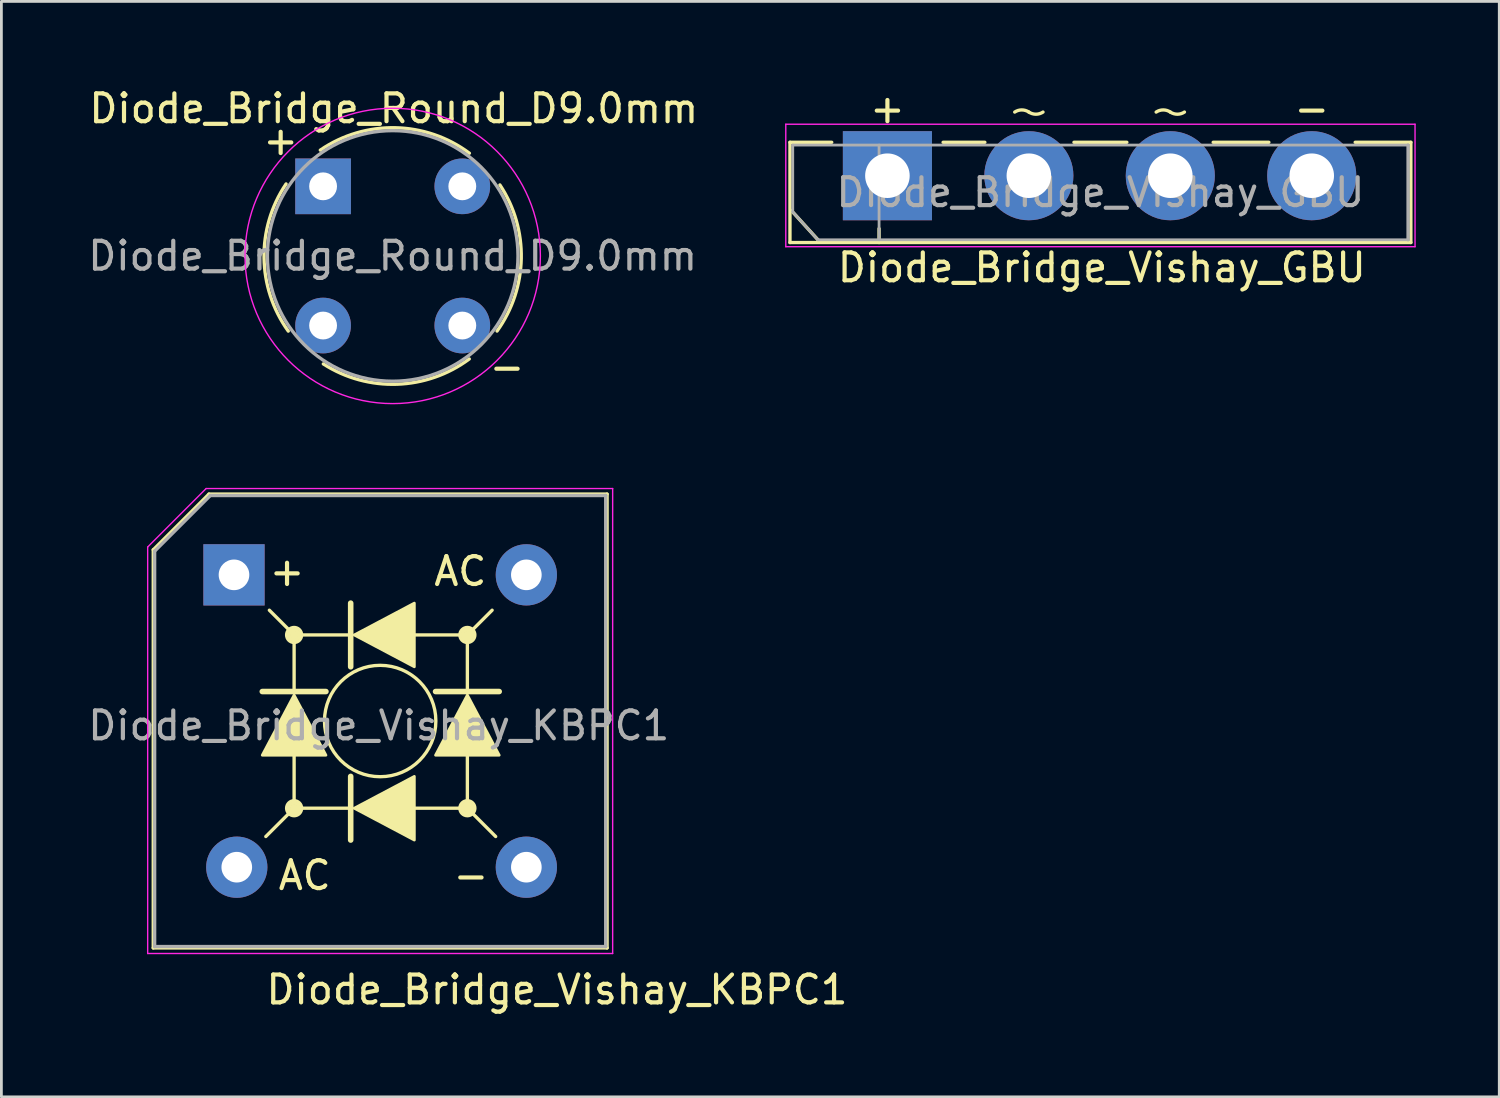
<source format=kicad_pcb>
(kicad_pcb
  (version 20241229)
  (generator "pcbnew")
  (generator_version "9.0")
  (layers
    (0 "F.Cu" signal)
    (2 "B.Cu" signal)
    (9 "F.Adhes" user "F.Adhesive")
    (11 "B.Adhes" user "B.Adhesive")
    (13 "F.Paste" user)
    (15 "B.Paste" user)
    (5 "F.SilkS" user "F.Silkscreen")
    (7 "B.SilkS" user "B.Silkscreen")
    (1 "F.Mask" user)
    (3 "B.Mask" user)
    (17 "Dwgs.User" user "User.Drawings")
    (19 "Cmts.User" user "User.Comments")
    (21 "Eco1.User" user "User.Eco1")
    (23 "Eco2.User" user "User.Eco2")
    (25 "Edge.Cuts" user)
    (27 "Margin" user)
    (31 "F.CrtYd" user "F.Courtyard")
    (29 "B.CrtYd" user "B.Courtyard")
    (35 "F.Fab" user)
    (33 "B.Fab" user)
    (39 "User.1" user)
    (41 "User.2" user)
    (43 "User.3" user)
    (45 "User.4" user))
  (footprint "Diode_Bridge_Vishay_KBPC1"
    (layer "F.Cu")
    (at 5.354 17.596)
    (property "Reference" "Diode_Bridge_Vishay_KBPC1" (at 11.6 14.9 180) (layer "F.SilkS") (effects (font (size 1 1) (thickness 0.15))))
    (attr through_hole)
    (fp_line (start -2.9 -0.9) (end -2.9 13.4) (stroke (width 0.12) (type solid)) (layer "F.SilkS"))
    (fp_line (start -2.9 13.4) (end 13.4 13.4) (stroke (width 0.12) (type solid)) (layer "F.SilkS"))
    (fp_line (start -0.9 -2.9) (end -2.9 -0.9) (stroke (width 0.12) (type solid)) (layer "F.SilkS"))
    (fp_line (start 1.143 9.398) (end 2.159 8.382) (stroke (width 0.12) (type solid)) (layer "F.SilkS"))
    (fp_line (start 1.27 1.27) (end 2.159 2.159) (stroke (width 0.12) (type solid)) (layer "F.SilkS"))
    (fp_line (start 2.159 4.191) (end 1.016 4.191) (stroke (width 0.2) (type solid)) (layer "F.SilkS"))
    (fp_line (start 2.159 4.191) (end 2.159 2.159) (stroke (width 0.12) (type solid)) (layer "F.SilkS"))
    (fp_line (start 2.159 8.128) (end 2.159 6.477) (stroke (width 0.12) (type solid)) (layer "F.SilkS"))
    (fp_line (start 3.302 4.191) (end 2.159 4.191) (stroke (width 0.2) (type solid)) (layer "F.SilkS"))
    (fp_line (start 4.191 1.016) (end 4.191 2.159) (stroke (width 0.2) (type solid)) (layer "F.SilkS"))
    (fp_line (start 4.191 2.159) (end 2.159 2.159) (stroke (width 0.12) (type solid)) (layer "F.SilkS"))
    (fp_line (start 4.191 2.159) (end 4.191 3.302) (stroke (width 0.2) (type solid)) (layer "F.SilkS"))
    (fp_line (start 4.191 7.239) (end 4.191 8.382) (stroke (width 0.2) (type solid)) (layer "F.SilkS"))
    (fp_line (start 4.191 8.382) (end 2.159 8.382) (stroke (width 0.12) (type solid)) (layer "F.SilkS"))
    (fp_line (start 4.191 8.382) (end 4.191 9.525) (stroke (width 0.2) (type solid)) (layer "F.SilkS"))
    (fp_line (start 8.128 2.159) (end 6.477 2.159) (stroke (width 0.12) (type solid)) (layer "F.SilkS"))
    (fp_line (start 8.292 8.382) (end 6.477 8.382) (stroke (width 0.12) (type solid)) (layer "F.SilkS"))
    (fp_line (start 8.382 4.191) (end 7.239 4.191) (stroke (width 0.2) (type solid)) (layer "F.SilkS"))
    (fp_line (start 8.382 4.191) (end 8.382 2.159) (stroke (width 0.12) (type solid)) (layer "F.SilkS"))
    (fp_line (start 8.382 8.382) (end 8.382 6.477) (stroke (width 0.12) (type solid)) (layer "F.SilkS"))
    (fp_line (start 9.271 1.27) (end 8.255 2.286) (stroke (width 0.12) (type solid)) (layer "F.SilkS"))
    (fp_line (start 9.398 9.398) (end 8.382 8.382) (stroke (width 0.12) (type solid)) (layer "F.SilkS"))
    (fp_line (start 9.525 4.191) (end 8.382 4.191) (stroke (width 0.2) (type solid)) (layer "F.SilkS"))
    (fp_line (start 13.4 -2.9) (end -0.9 -2.9) (stroke (width 0.12) (type solid)) (layer "F.SilkS"))
    (fp_line (start 13.4 13.4) (end 13.4 -2.9) (stroke (width 0.12) (type solid)) (layer "F.SilkS"))
    (fp_circle (center 2.159 2.159) (end 2.223 2.095) (stroke (width 0.12) (type solid)) (fill no) (layer "F.SilkS"))
    (fp_circle (center 2.159 2.159) (end 2.286 2.032) (stroke (width 0.12) (type solid)) (fill no) (layer "F.SilkS"))
    (fp_circle (center 2.159 2.159) (end 2.349 1.968) (stroke (width 0.12) (type solid)) (fill no) (layer "F.SilkS"))
    (fp_circle (center 2.159 8.382) (end 2.223 8.319) (stroke (width 0.12) (type solid)) (fill no) (layer "F.SilkS"))
    (fp_circle (center 2.159 8.382) (end 2.286 8.255) (stroke (width 0.12) (type solid)) (fill no) (layer "F.SilkS"))
    (fp_circle (center 2.159 8.382) (end 2.349 8.191) (stroke (width 0.12) (type solid)) (fill no) (layer "F.SilkS"))
    (fp_circle (center 5.25 5.25) (end 5.25 7.25) (stroke (width 0.12) (type solid)) (fill no) (layer "F.SilkS"))
    (fp_circle (center 8.382 2.159) (end 8.445 2.095) (stroke (width 0.12) (type solid)) (fill no) (layer "F.SilkS"))
    (fp_circle (center 8.382 2.159) (end 8.509 2.032) (stroke (width 0.12) (type solid)) (fill no) (layer "F.SilkS"))
    (fp_circle (center 8.382 2.159) (end 8.572 1.968) (stroke (width 0.12) (type solid)) (fill no) (layer "F.SilkS"))
    (fp_circle (center 8.382 8.382) (end 8.445 8.319) (stroke (width 0.12) (type solid)) (fill no) (layer "F.SilkS"))
    (fp_circle (center 8.382 8.382) (end 8.509 8.255) (stroke (width 0.12) (type solid)) (fill no) (layer "F.SilkS"))
    (fp_circle (center 8.382 8.382) (end 8.572 8.191) (stroke (width 0.12) (type solid)) (fill no) (layer "F.SilkS"))
    (fp_poly (pts (xy 3.302 6.477) (xy 1.016 6.477) (xy 2.159 4.318)) (stroke (width 0.1) (type solid)) (fill yes) (layer "F.SilkS"))
    (fp_poly (pts (xy 6.477 1.016) (xy 6.477 3.302) (xy 4.318 2.159)) (stroke (width 0.1) (type solid)) (fill yes) (layer "F.SilkS"))
    (fp_poly (pts (xy 6.477 7.239) (xy 6.477 9.525) (xy 4.318 8.382)) (stroke (width 0.1) (type solid)) (fill yes) (layer "F.SilkS"))
    (fp_poly (pts (xy 9.525 6.477) (xy 7.239 6.477) (xy 8.382 4.318)) (stroke (width 0.1) (type solid)) (fill yes) (layer "F.SilkS"))
    (fp_line (start -3.1 -1) (end -1 -3.1) (stroke (width 0.05) (type solid)) (layer "F.CrtYd"))
    (fp_line (start -3.1 13.6) (end -3.1 -1) (stroke (width 0.05) (type solid)) (layer "F.CrtYd"))
    (fp_line (start -1 -3.1) (end 13.6 -3.1) (stroke (width 0.05) (type solid)) (layer "F.CrtYd"))
    (fp_line (start 13.6 -3.1) (end 13.6 13.6) (stroke (width 0.05) (type solid)) (layer "F.CrtYd"))
    (fp_line (start 13.6 13.6) (end -3.1 13.6) (stroke (width 0.05) (type solid)) (layer "F.CrtYd"))
    (fp_line (start -2.85 -0.85) (end -0.85 -2.85) (stroke (width 0.12) (type solid)) (layer "F.Fab"))
    (fp_line (start -2.85 13.35) (end -2.85 -0.85) (stroke (width 0.12) (type solid)) (layer "F.Fab"))
    (fp_line (start -0.85 -2.85) (end 13.35 -2.85) (stroke (width 0.12) (type solid)) (layer "F.Fab"))
    (fp_line (start 13.35 -2.85) (end 13.35 13.35) (stroke (width 0.12) (type solid)) (layer "F.Fab"))
    (fp_line (start 13.35 13.35) (end -2.85 13.35) (stroke (width 0.12) (type solid)) (layer "F.Fab"))
    (fp_text user "AC" (at 8.128 -0.127 0) (layer "F.SilkS") (effects (font (size 1 1) (thickness 0.15))))
    (fp_text user "-" (at 8.509 10.795 0) (layer "F.SilkS") (effects (font (size 1 1) (thickness 0.15))))
    (fp_text user "AC" (at 2.54 10.795 0) (layer "F.SilkS") (effects (font (size 1 1) (thickness 0.15))))
    (fp_text user "+" (at 1.905 -0.127 0) (layer "F.SilkS") (effects (font (size 1 1) (thickness 0.15))))
    (fp_text user "${REFERENCE}" (at 5.2 5.415 180) (layer "F.Fab") (effects (font (size 1 1) (thickness 0.15))))
    (pad "1" thru_hole rect (at 0 0) (size 2.2 2.2) (drill 1.1) (layers "*.Cu" "*.Mask"))
    (pad "2" thru_hole circle (at 0.1 10.5) (size 2.2 2.2) (drill 1.1) (layers "*.Cu" "*.Mask"))
    (pad "3" thru_hole circle (at 10.5 10.5) (size 2.2 2.2) (drill 1.1) (layers "*.Cu" "*.Mask"))
    (pad "4" thru_hole circle (at 10.5 0) (size 2.2 2.2) (drill 1.1) (layers "*.Cu" "*.Mask")))
  (footprint "Diode_Bridge_Round_D9.0mm"
    (layer "F.Cu")
    (at 8.554 3.642)
    (property "Reference" "Diode_Bridge_Round_D9.0mm" (at 2.54 -2.794 0) (layer "F.SilkS") (effects (font (size 1 1) (thickness 0.15))))
    (attr through_hole)
    (fp_arc (start -1.25 5.2) (mid -2.120355 2.569427) (end -1.329431 -0.086109) (stroke (width 0.12) (type solid)) (layer "F.SilkS"))
    (fp_arc (start -0.1 -1.3) (mid 2.595106 -2.103363) (end 5.254731 -1.189371) (stroke (width 0.12) (type solid)) (layer "F.SilkS"))
    (fp_arc (start 5.25 6.2) (mid 2.657169 7.107363) (end 0.008533 6.3788) (stroke (width 0.12) (type solid)) (layer "F.SilkS"))
    (fp_arc (start 6.35 -0.05) (mid 7.117021 2.590098) (end 6.247584 5.198261) (stroke (width 0.12) (type solid)) (layer "F.SilkS"))
    (fp_circle (center 2.5 2.5) (end -1.3 -1.2) (stroke (width 0.05) (type solid)) (fill no) (layer "F.CrtYd"))
    (fp_arc (start -2 2.5) (mid 7 2.5) (end -2 2.5) (stroke (width 0.12) (type solid)) (layer "F.Fab"))
    (fp_text user "-" (at 6.604 6.477 0) (layer "F.SilkS") (effects (font (size 1 1) (thickness 0.15))))
    (fp_text user "+" (at -1.524 -1.651 0) (layer "F.SilkS") (effects (font (size 1 1) (thickness 0.15))))
    (fp_text user "${REFERENCE}" (at 2.5 2.5 0) (layer "F.Fab") (effects (font (size 1 1) (thickness 0.15))))
    (pad "1" thru_hole rect (at 0 0) (size 2 2) (drill 1) (layers "*.Cu" "*.Mask"))
    (pad "2" thru_hole oval (at 0 5) (size 2 2) (drill 1) (layers "*.Cu" "*.Mask"))
    (pad "3" thru_hole oval (at 5 5) (size 2 2) (drill 1) (layers "*.Cu" "*.Mask"))
    (pad "4" thru_hole oval (at 5 0) (size 2 2) (drill 1) (layers "*.Cu" "*.Mask")))
  (footprint "Diode_Bridge_Vishay_GBU"
    (layer "F.Cu")
    (at 28.822 3.261)
    (property "Reference" "Diode_Bridge_Vishay_GBU" (at 7.7 3.3 180) (layer "F.SilkS") (effects (font (size 1 1) (thickness 0.15))))
    (attr through_hole)
    (fp_line (start -3.5 -1.2) (end -2 -1.2) (stroke (width 0.12) (type solid)) (layer "F.SilkS"))
    (fp_line (start -3.5 2.4) (end -3.5 -1.2) (stroke (width 0.12) (type solid)) (layer "F.SilkS"))
    (fp_line (start -3.45 1.25) (end -2.45 2.35) (stroke (width 0.12) (type solid)) (layer "F.SilkS"))
    (fp_line (start -0.3 2.4) (end -0.3 1.9) (stroke (width 0.12) (type solid)) (layer "F.SilkS"))
    (fp_line (start 2 -1.2) (end 3.5 -1.2) (stroke (width 0.12) (type solid)) (layer "F.SilkS"))
    (fp_line (start 6.7 -1.2) (end 8.6 -1.2) (stroke (width 0.12) (type solid)) (layer "F.SilkS"))
    (fp_line (start 11.7 -1.2) (end 13.7 -1.2) (stroke (width 0.12) (type solid)) (layer "F.SilkS"))
    (fp_line (start 16.8 -1.2) (end 18.8 -1.2) (stroke (width 0.12) (type solid)) (layer "F.SilkS"))
    (fp_line (start 18.8 -1.2) (end 18.8 2.4) (stroke (width 0.12) (type solid)) (layer "F.SilkS"))
    (fp_line (start 18.8 2.4) (end -3.5 2.4) (stroke (width 0.12) (type solid)) (layer "F.SilkS"))
    (fp_arc (start 4.571999 -2.285999) (mid 4.825998 -2.362904) (end 5.079997 -2.285999) (stroke (width 0.12) (type solid)) (layer "F.SilkS"))
    (fp_arc (start 5.587998 -2.286) (mid 5.333999 -2.209095) (end 5.08 -2.286) (stroke (width 0.12) (type solid)) (layer "F.SilkS"))
    (fp_arc (start 9.651999 -2.285999) (mid 9.905998 -2.362904) (end 10.159997 -2.285999) (stroke (width 0.12) (type solid)) (layer "F.SilkS"))
    (fp_arc (start 10.667998 -2.286) (mid 10.413999 -2.209095) (end 10.16 -2.286) (stroke (width 0.12) (type solid)) (layer "F.SilkS"))
    (fp_line (start -3.65 2.55) (end -3.65 -1.85) (stroke (width 0.05) (type solid)) (layer "F.CrtYd"))
    (fp_line (start -3.65 2.55) (end 18.95 2.55) (stroke (width 0.05) (type solid)) (layer "F.CrtYd"))
    (fp_line (start 18.95 -1.85) (end -3.65 -1.85) (stroke (width 0.05) (type solid)) (layer "F.CrtYd"))
    (fp_line (start 18.95 -1.85) (end 18.95 2.55) (stroke (width 0.05) (type solid)) (layer "F.CrtYd"))
    (fp_line (start -3.4 -1.1) (end 18.7 -1.1) (stroke (width 0.1) (type solid)) (layer "F.Fab"))
    (fp_line (start -3.4 1.3) (end -3.4 -1.1) (stroke (width 0.1) (type solid)) (layer "F.Fab"))
    (fp_line (start -2.5 2.3) (end -3.4 1.3) (stroke (width 0.1) (type solid)) (layer "F.Fab"))
    (fp_line (start -0.3 2.3) (end -0.3 -1.1) (stroke (width 0.1) (type solid)) (layer "F.Fab"))
    (fp_line (start 18.7 -1.1) (end 18.7 2.3) (stroke (width 0.12) (type solid)) (layer "F.Fab"))
    (fp_line (start 18.7 2.3) (end -2.5 2.3) (stroke (width 0.1) (type solid)) (layer "F.Fab"))
    (fp_text user "-" (at 15.24 -2.413 0) (layer "F.SilkS") (effects (font (size 1 1) (thickness 0.15))))
    (fp_text user "+" (at 0 -2.413 0) (layer "F.SilkS") (effects (font (size 1 1) (thickness 0.15))))
    (fp_text user "${REFERENCE}" (at 7.65 0.6 180) (layer "F.Fab") (effects (font (size 1 1) (thickness 0.15))))
    (pad "1" thru_hole rect (at 0 0) (size 3.2 3.2) (drill 1.6) (layers "*.Cu" "*.Mask"))
    (pad "2" thru_hole circle (at 5.08 0) (size 3.2 3.2) (drill 1.6) (layers "*.Cu" "*.Mask"))
    (pad "3" thru_hole circle (at 10.16 0) (size 3.2 3.2) (drill 1.6) (layers "*.Cu" "*.Mask"))
    (pad "4" thru_hole circle (at 15.24 0) (size 3.2 3.2) (drill 1.6) (layers "*.Cu" "*.Mask")))
  (gr_rect
    (start -3 -3)
    (end 50.797 36.344)
    (stroke (width 0.1) (type default))
    (fill no)
    (layer "Edge.Cuts")))
</source>
